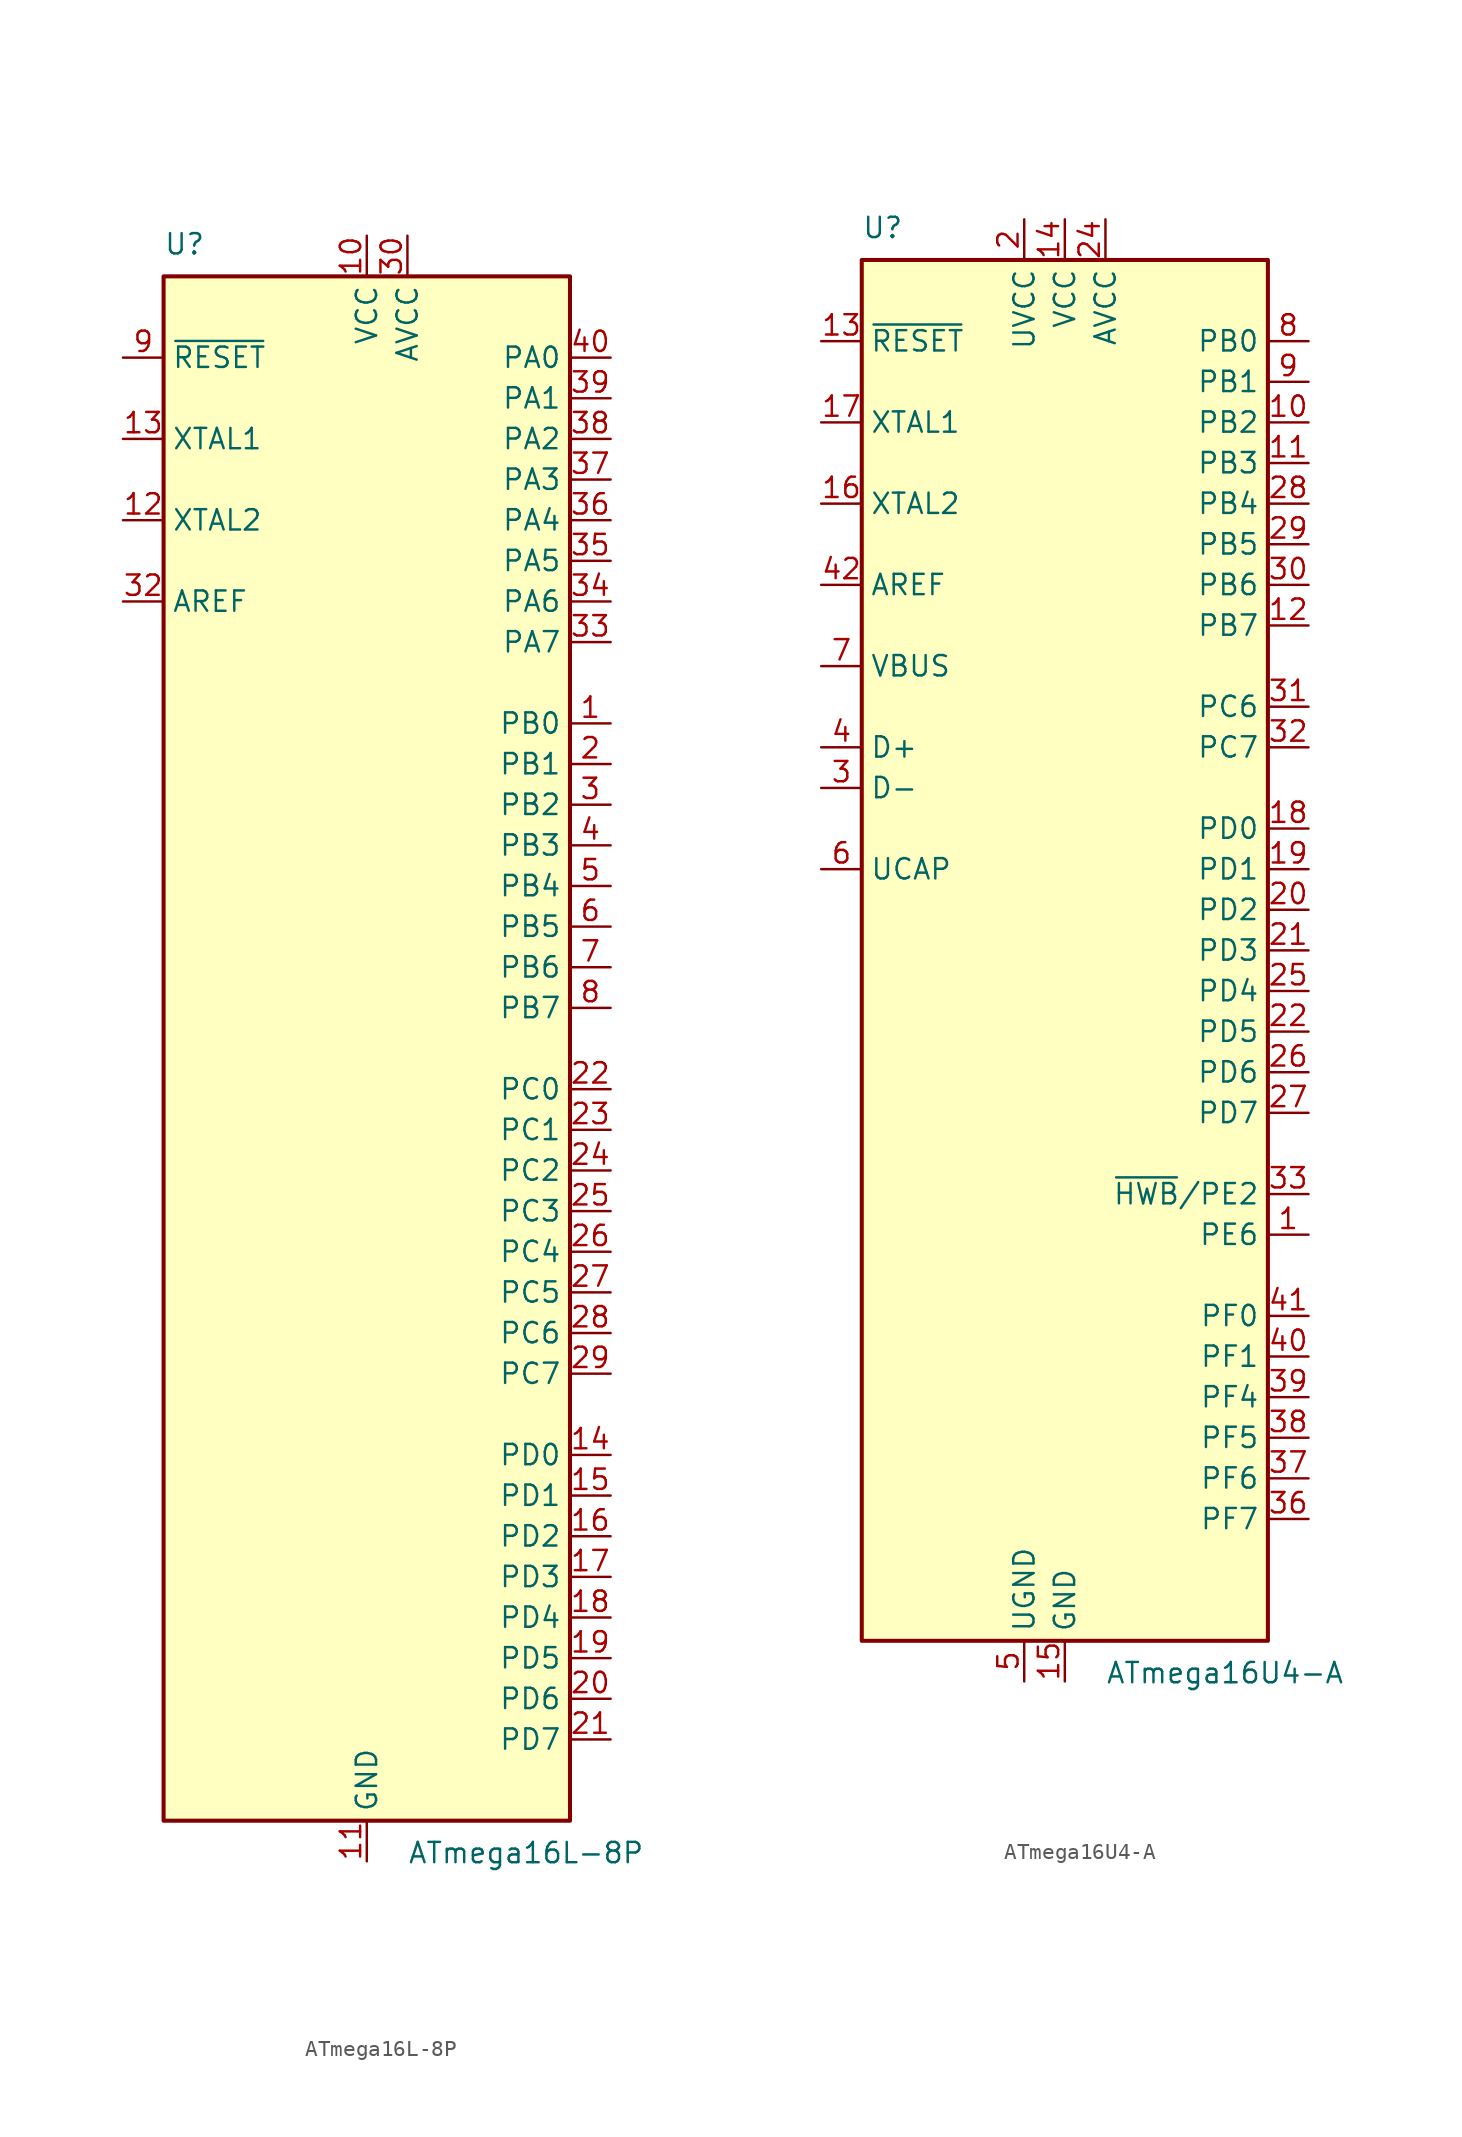
<source format=kicad_sym>
(kicad_symbol_lib
  (version 20231120)
  (generator "kicad_symbol_editor")
  (generator_version "8.0")
  (symbol "ATmega16L-8P"
    (property "Reference" "U"
      (at -12.7 49.53 0)
      (effects (font (size 1.27 1.27)) (justify left bottom)))
    (property "Value" "ATmega16L-8P"
      (at 2.54 -49.53 0)
      (effects (font (size 1.27 1.27)) (justify left top)))
    (symbol "ATmega16L-8P_0_1"
      (rectangle (start -12.7 -48.26) (end 12.7 48.26) (stroke (width 0.254) (type default)) (fill (type background))))
    (symbol "ATmega16L-8P_1_1"
      (pin bidirectional line (at 15.24 20.32 180) (length 2.54) (name "PB0" (effects (font (size 1.27 1.27)))) (number "1" (effects (font (size 1.27 1.27)))))
      (pin power_in line (at 0 50.8 270) (length 2.54) (name "VCC" (effects (font (size 1.27 1.27)))) (number "10" (effects (font (size 1.27 1.27)))))
      (pin power_in line (at 0 -50.8 90) (length 2.54) (name "GND" (effects (font (size 1.27 1.27)))) (number "11" (effects (font (size 1.27 1.27)))))
      (pin output line (at -15.24 33.02 0) (length 2.54) (name "XTAL2" (effects (font (size 1.27 1.27)))) (number "12" (effects (font (size 1.27 1.27)))))
      (pin input line (at -15.24 38.1 0) (length 2.54) (name "XTAL1" (effects (font (size 1.27 1.27)))) (number "13" (effects (font (size 1.27 1.27)))))
      (pin bidirectional line (at 15.24 -25.4 180) (length 2.54) (name "PD0" (effects (font (size 1.27 1.27)))) (number "14" (effects (font (size 1.27 1.27)))))
      (pin bidirectional line (at 15.24 -27.94 180) (length 2.54) (name "PD1" (effects (font (size 1.27 1.27)))) (number "15" (effects (font (size 1.27 1.27)))))
      (pin bidirectional line (at 15.24 -30.48 180) (length 2.54) (name "PD2" (effects (font (size 1.27 1.27)))) (number "16" (effects (font (size 1.27 1.27)))))
      (pin bidirectional line (at 15.24 -33.02 180) (length 2.54) (name "PD3" (effects (font (size 1.27 1.27)))) (number "17" (effects (font (size 1.27 1.27)))))
      (pin bidirectional line (at 15.24 -35.56 180) (length 2.54) (name "PD4" (effects (font (size 1.27 1.27)))) (number "18" (effects (font (size 1.27 1.27)))))
      (pin bidirectional line (at 15.24 -38.1 180) (length 2.54) (name "PD5" (effects (font (size 1.27 1.27)))) (number "19" (effects (font (size 1.27 1.27)))))
      (pin bidirectional line (at 15.24 17.78 180) (length 2.54) (name "PB1" (effects (font (size 1.27 1.27)))) (number "2" (effects (font (size 1.27 1.27)))))
      (pin bidirectional line (at 15.24 -40.64 180) (length 2.54) (name "PD6" (effects (font (size 1.27 1.27)))) (number "20" (effects (font (size 1.27 1.27)))))
      (pin bidirectional line (at 15.24 -43.18 180) (length 2.54) (name "PD7" (effects (font (size 1.27 1.27)))) (number "21" (effects (font (size 1.27 1.27)))))
      (pin bidirectional line (at 15.24 -2.54 180) (length 2.54) (name "PC0" (effects (font (size 1.27 1.27)))) (number "22" (effects (font (size 1.27 1.27)))))
      (pin bidirectional line (at 15.24 -5.08 180) (length 2.54) (name "PC1" (effects (font (size 1.27 1.27)))) (number "23" (effects (font (size 1.27 1.27)))))
      (pin bidirectional line (at 15.24 -7.62 180) (length 2.54) (name "PC2" (effects (font (size 1.27 1.27)))) (number "24" (effects (font (size 1.27 1.27)))))
      (pin bidirectional line (at 15.24 -10.16 180) (length 2.54) (name "PC3" (effects (font (size 1.27 1.27)))) (number "25" (effects (font (size 1.27 1.27)))))
      (pin bidirectional line (at 15.24 -12.7 180) (length 2.54) (name "PC4" (effects (font (size 1.27 1.27)))) (number "26" (effects (font (size 1.27 1.27)))))
      (pin bidirectional line (at 15.24 -15.24 180) (length 2.54) (name "PC5" (effects (font (size 1.27 1.27)))) (number "27" (effects (font (size 1.27 1.27)))))
      (pin bidirectional line (at 15.24 -17.78 180) (length 2.54) (name "PC6" (effects (font (size 1.27 1.27)))) (number "28" (effects (font (size 1.27 1.27)))))
      (pin bidirectional line (at 15.24 -20.32 180) (length 2.54) (name "PC7" (effects (font (size 1.27 1.27)))) (number "29" (effects (font (size 1.27 1.27)))))
      (pin bidirectional line (at 15.24 15.24 180) (length 2.54) (name "PB2" (effects (font (size 1.27 1.27)))) (number "3" (effects (font (size 1.27 1.27)))))
      (pin power_in line (at 2.54 50.8 270) (length 2.54) (name "AVCC" (effects (font (size 1.27 1.27)))) (number "30" (effects (font (size 1.27 1.27)))))
      (pin passive line (at 0 -50.8 90) (length 2.54) hide (name "GND" (effects (font (size 1.27 1.27)))) (number "31" (effects (font (size 1.27 1.27)))))
      (pin passive line (at -15.24 27.94 0) (length 2.54) (name "AREF" (effects (font (size 1.27 1.27)))) (number "32" (effects (font (size 1.27 1.27)))))
      (pin bidirectional line (at 15.24 25.4 180) (length 2.54) (name "PA7" (effects (font (size 1.27 1.27)))) (number "33" (effects (font (size 1.27 1.27)))))
      (pin bidirectional line (at 15.24 27.94 180) (length 2.54) (name "PA6" (effects (font (size 1.27 1.27)))) (number "34" (effects (font (size 1.27 1.27)))))
      (pin bidirectional line (at 15.24 30.48 180) (length 2.54) (name "PA5" (effects (font (size 1.27 1.27)))) (number "35" (effects (font (size 1.27 1.27)))))
      (pin bidirectional line (at 15.24 33.02 180) (length 2.54) (name "PA4" (effects (font (size 1.27 1.27)))) (number "36" (effects (font (size 1.27 1.27)))))
      (pin bidirectional line (at 15.24 35.56 180) (length 2.54) (name "PA3" (effects (font (size 1.27 1.27)))) (number "37" (effects (font (size 1.27 1.27)))))
      (pin bidirectional line (at 15.24 38.1 180) (length 2.54) (name "PA2" (effects (font (size 1.27 1.27)))) (number "38" (effects (font (size 1.27 1.27)))))
      (pin bidirectional line (at 15.24 40.64 180) (length 2.54) (name "PA1" (effects (font (size 1.27 1.27)))) (number "39" (effects (font (size 1.27 1.27)))))
      (pin bidirectional line (at 15.24 12.7 180) (length 2.54) (name "PB3" (effects (font (size 1.27 1.27)))) (number "4" (effects (font (size 1.27 1.27)))))
      (pin bidirectional line (at 15.24 43.18 180) (length 2.54) (name "PA0" (effects (font (size 1.27 1.27)))) (number "40" (effects (font (size 1.27 1.27)))))
      (pin bidirectional line (at 15.24 10.16 180) (length 2.54) (name "PB4" (effects (font (size 1.27 1.27)))) (number "5" (effects (font (size 1.27 1.27)))))
      (pin bidirectional line (at 15.24 7.62 180) (length 2.54) (name "PB5" (effects (font (size 1.27 1.27)))) (number "6" (effects (font (size 1.27 1.27)))))
      (pin bidirectional line (at 15.24 5.08 180) (length 2.54) (name "PB6" (effects (font (size 1.27 1.27)))) (number "7" (effects (font (size 1.27 1.27)))))
      (pin bidirectional line (at 15.24 2.54 180) (length 2.54) (name "PB7" (effects (font (size 1.27 1.27)))) (number "8" (effects (font (size 1.27 1.27)))))
      (pin input line (at -15.24 43.18 0) (length 2.54) (name "~{RESET}" (effects (font (size 1.27 1.27)))) (number "9" (effects (font (size 1.27 1.27)))))))
  (symbol "ATmega16U4-A"
    (property "Reference" "U"
      (at -12.7 44.45 0)
      (effects (font (size 1.27 1.27)) (justify left bottom)))
    (property "Value" "ATmega16U4-A"
      (at 2.54 -44.45 0)
      (effects (font (size 1.27 1.27)) (justify left top)))
    (symbol "ATmega16U4-A_0_1"
      (rectangle (start -12.7 -43.18) (end 12.7 43.18) (stroke (width 0.254) (type default)) (fill (type background))))
    (symbol "ATmega16U4-A_1_1"
      (pin bidirectional line (at 15.24 -17.78 180) (length 2.54) (name "PE6" (effects (font (size 1.27 1.27)))) (number "1" (effects (font (size 1.27 1.27)))))
      (pin bidirectional line (at 15.24 33.02 180) (length 2.54) (name "PB2" (effects (font (size 1.27 1.27)))) (number "10" (effects (font (size 1.27 1.27)))))
      (pin bidirectional line (at 15.24 30.48 180) (length 2.54) (name "PB3" (effects (font (size 1.27 1.27)))) (number "11" (effects (font (size 1.27 1.27)))))
      (pin bidirectional line (at 15.24 20.32 180) (length 2.54) (name "PB7" (effects (font (size 1.27 1.27)))) (number "12" (effects (font (size 1.27 1.27)))))
      (pin input line (at -15.24 38.1 0) (length 2.54) (name "~{RESET}" (effects (font (size 1.27 1.27)))) (number "13" (effects (font (size 1.27 1.27)))))
      (pin power_in line (at 0 45.72 270) (length 2.54) (name "VCC" (effects (font (size 1.27 1.27)))) (number "14" (effects (font (size 1.27 1.27)))))
      (pin power_in line (at 0 -45.72 90) (length 2.54) (name "GND" (effects (font (size 1.27 1.27)))) (number "15" (effects (font (size 1.27 1.27)))))
      (pin output line (at -15.24 27.94 0) (length 2.54) (name "XTAL2" (effects (font (size 1.27 1.27)))) (number "16" (effects (font (size 1.27 1.27)))))
      (pin input line (at -15.24 33.02 0) (length 2.54) (name "XTAL1" (effects (font (size 1.27 1.27)))) (number "17" (effects (font (size 1.27 1.27)))))
      (pin bidirectional line (at 15.24 7.62 180) (length 2.54) (name "PD0" (effects (font (size 1.27 1.27)))) (number "18" (effects (font (size 1.27 1.27)))))
      (pin bidirectional line (at 15.24 5.08 180) (length 2.54) (name "PD1" (effects (font (size 1.27 1.27)))) (number "19" (effects (font (size 1.27 1.27)))))
      (pin power_in line (at -2.54 45.72 270) (length 2.54) (name "UVCC" (effects (font (size 1.27 1.27)))) (number "2" (effects (font (size 1.27 1.27)))))
      (pin bidirectional line (at 15.24 2.54 180) (length 2.54) (name "PD2" (effects (font (size 1.27 1.27)))) (number "20" (effects (font (size 1.27 1.27)))))
      (pin bidirectional line (at 15.24 0 180) (length 2.54) (name "PD3" (effects (font (size 1.27 1.27)))) (number "21" (effects (font (size 1.27 1.27)))))
      (pin bidirectional line (at 15.24 -5.08 180) (length 2.54) (name "PD5" (effects (font (size 1.27 1.27)))) (number "22" (effects (font (size 1.27 1.27)))))
      (pin passive line (at 0 -45.72 90) (length 2.54) hide (name "GND" (effects (font (size 1.27 1.27)))) (number "23" (effects (font (size 1.27 1.27)))))
      (pin power_in line (at 2.54 45.72 270) (length 2.54) (name "AVCC" (effects (font (size 1.27 1.27)))) (number "24" (effects (font (size 1.27 1.27)))))
      (pin bidirectional line (at 15.24 -2.54 180) (length 2.54) (name "PD4" (effects (font (size 1.27 1.27)))) (number "25" (effects (font (size 1.27 1.27)))))
      (pin bidirectional line (at 15.24 -7.62 180) (length 2.54) (name "PD6" (effects (font (size 1.27 1.27)))) (number "26" (effects (font (size 1.27 1.27)))))
      (pin bidirectional line (at 15.24 -10.16 180) (length 2.54) (name "PD7" (effects (font (size 1.27 1.27)))) (number "27" (effects (font (size 1.27 1.27)))))
      (pin bidirectional line (at 15.24 27.94 180) (length 2.54) (name "PB4" (effects (font (size 1.27 1.27)))) (number "28" (effects (font (size 1.27 1.27)))))
      (pin bidirectional line (at 15.24 25.4 180) (length 2.54) (name "PB5" (effects (font (size 1.27 1.27)))) (number "29" (effects (font (size 1.27 1.27)))))
      (pin bidirectional line (at -15.24 10.16 0) (length 2.54) (name "D-" (effects (font (size 1.27 1.27)))) (number "3" (effects (font (size 1.27 1.27)))))
      (pin bidirectional line (at 15.24 22.86 180) (length 2.54) (name "PB6" (effects (font (size 1.27 1.27)))) (number "30" (effects (font (size 1.27 1.27)))))
      (pin bidirectional line (at 15.24 15.24 180) (length 2.54) (name "PC6" (effects (font (size 1.27 1.27)))) (number "31" (effects (font (size 1.27 1.27)))))
      (pin bidirectional line (at 15.24 12.7 180) (length 2.54) (name "PC7" (effects (font (size 1.27 1.27)))) (number "32" (effects (font (size 1.27 1.27)))))
      (pin bidirectional line (at 15.24 -15.24 180) (length 2.54) (name "~{HWB}/PE2" (effects (font (size 1.27 1.27)))) (number "33" (effects (font (size 1.27 1.27)))))
      (pin passive line (at 0 45.72 270) (length 2.54) hide (name "VCC" (effects (font (size 1.27 1.27)))) (number "34" (effects (font (size 1.27 1.27)))))
      (pin passive line (at 0 -45.72 90) (length 2.54) hide (name "GND" (effects (font (size 1.27 1.27)))) (number "35" (effects (font (size 1.27 1.27)))))
      (pin bidirectional line (at 15.24 -35.56 180) (length 2.54) (name "PF7" (effects (font (size 1.27 1.27)))) (number "36" (effects (font (size 1.27 1.27)))))
      (pin bidirectional line (at 15.24 -33.02 180) (length 2.54) (name "PF6" (effects (font (size 1.27 1.27)))) (number "37" (effects (font (size 1.27 1.27)))))
      (pin bidirectional line (at 15.24 -30.48 180) (length 2.54) (name "PF5" (effects (font (size 1.27 1.27)))) (number "38" (effects (font (size 1.27 1.27)))))
      (pin bidirectional line (at 15.24 -27.94 180) (length 2.54) (name "PF4" (effects (font (size 1.27 1.27)))) (number "39" (effects (font (size 1.27 1.27)))))
      (pin bidirectional line (at -15.24 12.7 0) (length 2.54) (name "D+" (effects (font (size 1.27 1.27)))) (number "4" (effects (font (size 1.27 1.27)))))
      (pin bidirectional line (at 15.24 -25.4 180) (length 2.54) (name "PF1" (effects (font (size 1.27 1.27)))) (number "40" (effects (font (size 1.27 1.27)))))
      (pin bidirectional line (at 15.24 -22.86 180) (length 2.54) (name "PF0" (effects (font (size 1.27 1.27)))) (number "41" (effects (font (size 1.27 1.27)))))
      (pin passive line (at -15.24 22.86 0) (length 2.54) (name "AREF" (effects (font (size 1.27 1.27)))) (number "42" (effects (font (size 1.27 1.27)))))
      (pin passive line (at 0 -45.72 90) (length 2.54) hide (name "GND" (effects (font (size 1.27 1.27)))) (number "43" (effects (font (size 1.27 1.27)))))
      (pin passive line (at 2.54 45.72 270) (length 2.54) hide (name "AVCC" (effects (font (size 1.27 1.27)))) (number "44" (effects (font (size 1.27 1.27)))))
      (pin passive line (at -2.54 -45.72 90) (length 2.54) (name "UGND" (effects (font (size 1.27 1.27)))) (number "5" (effects (font (size 1.27 1.27)))))
      (pin passive line (at -15.24 5.08 0) (length 2.54) (name "UCAP" (effects (font (size 1.27 1.27)))) (number "6" (effects (font (size 1.27 1.27)))))
      (pin input line (at -15.24 17.78 0) (length 2.54) (name "VBUS" (effects (font (size 1.27 1.27)))) (number "7" (effects (font (size 1.27 1.27)))))
      (pin bidirectional line (at 15.24 38.1 180) (length 2.54) (name "PB0" (effects (font (size 1.27 1.27)))) (number "8" (effects (font (size 1.27 1.27)))))
      (pin bidirectional line (at 15.24 35.56 180) (length 2.54) (name "PB1" (effects (font (size 1.27 1.27)))) (number "9" (effects (font (size 1.27 1.27))))))))
</source>
